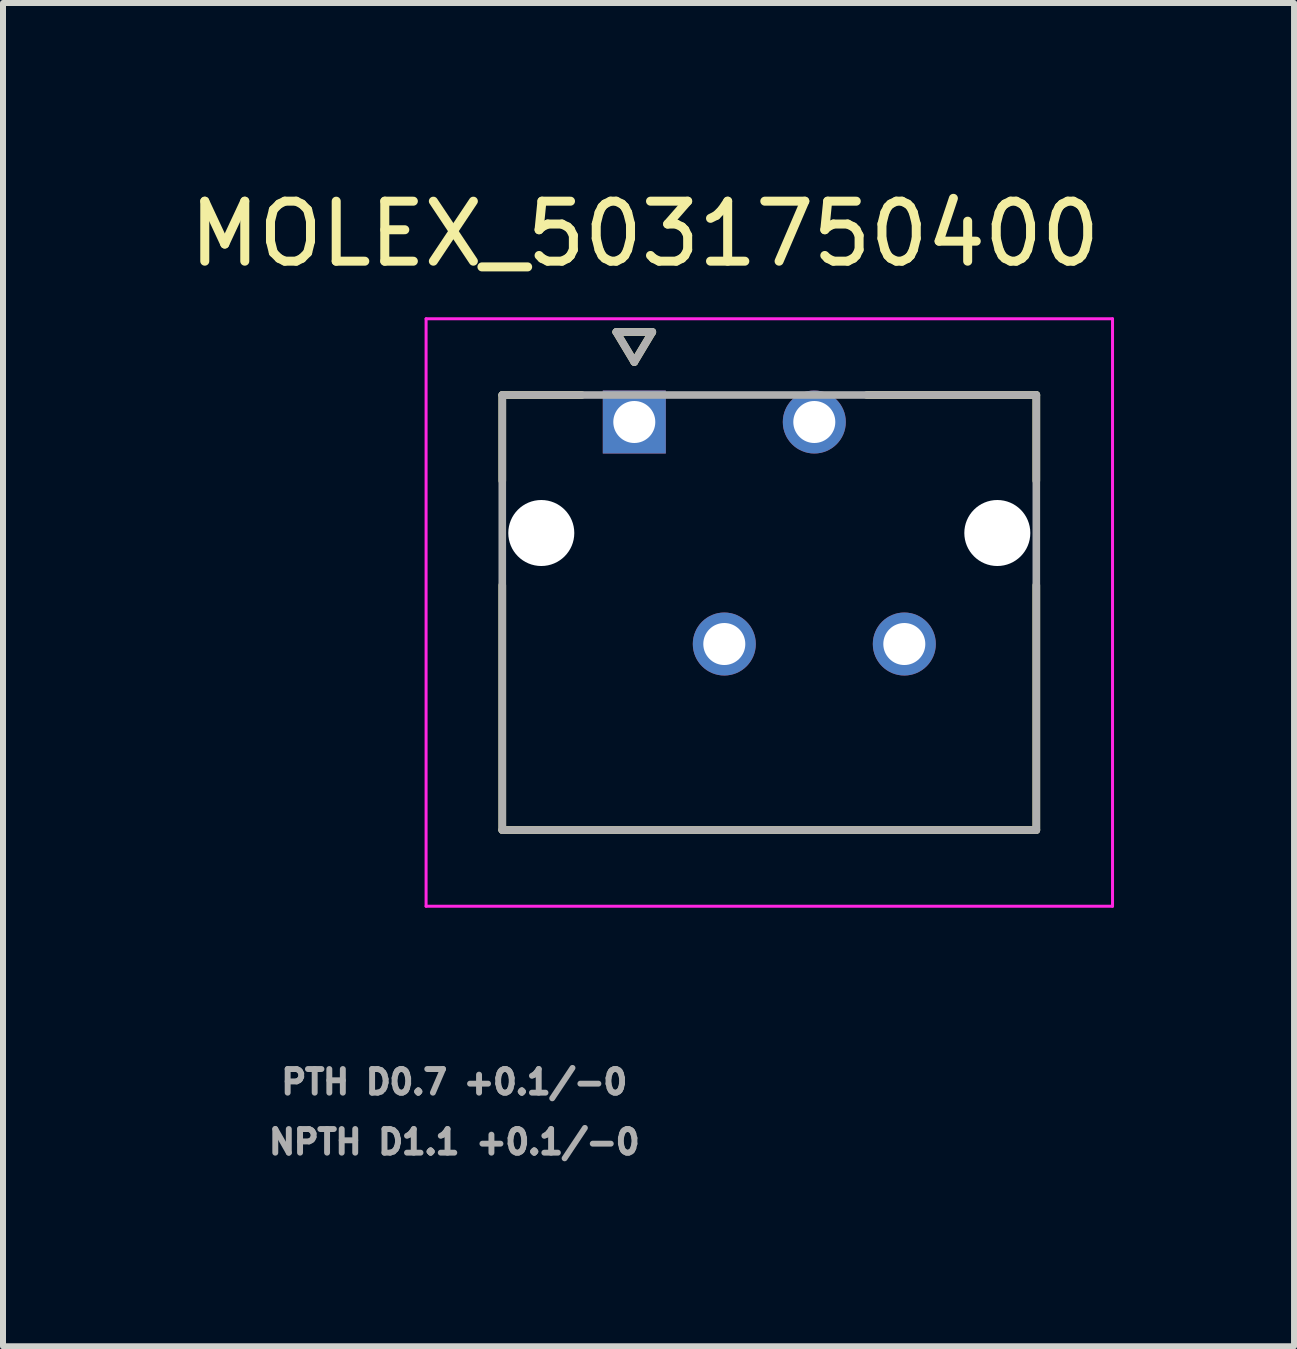
<source format=kicad_pcb>
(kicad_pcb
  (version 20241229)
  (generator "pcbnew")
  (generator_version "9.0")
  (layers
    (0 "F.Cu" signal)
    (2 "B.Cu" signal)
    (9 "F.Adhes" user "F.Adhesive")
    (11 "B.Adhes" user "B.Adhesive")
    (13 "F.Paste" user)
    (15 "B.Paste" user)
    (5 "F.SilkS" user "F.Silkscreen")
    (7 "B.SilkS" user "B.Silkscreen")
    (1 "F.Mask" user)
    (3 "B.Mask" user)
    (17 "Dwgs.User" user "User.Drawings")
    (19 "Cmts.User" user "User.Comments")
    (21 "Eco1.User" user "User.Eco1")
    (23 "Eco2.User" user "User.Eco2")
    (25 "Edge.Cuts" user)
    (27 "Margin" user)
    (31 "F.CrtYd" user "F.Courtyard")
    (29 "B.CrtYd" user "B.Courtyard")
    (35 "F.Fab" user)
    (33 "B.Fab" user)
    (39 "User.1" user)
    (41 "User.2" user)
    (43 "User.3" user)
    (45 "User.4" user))
  (footprint "MOLEX_5031750400"
    (layer "F.Cu")
    (at 7.521 3.983)
    (property "Reference" "MOLEX_5031750400" (at 0.175 -3.135 0) (layer "F.SilkS") (effects (font (size 1 1) (thickness 0.15))))
    (attr through_hole)
    (fp_circle (center -1.55 1.85) (end -1.237 1.85) (stroke (width 0.626) (type solid)) (fill no) (layer "F.Mask"))
    (fp_circle (center 1.5 3.7) (end 1.801 3.7) (stroke (width 0.601) (type solid)) (fill no) (layer "F.Mask"))
    (fp_circle (center 3 0) (end 3.301 0) (stroke (width 0.601) (type solid)) (fill no) (layer "F.Mask"))
    (fp_circle (center 4.5 3.7) (end 4.801 3.7) (stroke (width 0.601) (type solid)) (fill no) (layer "F.Mask"))
    (fp_circle (center 6.05 1.85) (end 6.363 1.85) (stroke (width 0.626) (type solid)) (fill no) (layer "F.Mask"))
    (fp_poly (pts (xy -0.601 -0.601) (xy 0.601 -0.601) (xy 0.601 0.601) (xy -0.601 0.601)) (stroke (width 0.01) (type solid)) (fill yes) (layer "F.Mask"))
    (fp_circle (center -1.55 1.85) (end -1.237 1.85) (stroke (width 0.626) (type solid)) (fill no) (layer "B.Mask"))
    (fp_circle (center 1.5 3.7) (end 1.801 3.7) (stroke (width 0.601) (type solid)) (fill no) (layer "B.Mask"))
    (fp_circle (center 3 0) (end 3.301 0) (stroke (width 0.601) (type solid)) (fill no) (layer "B.Mask"))
    (fp_circle (center 4.5 3.7) (end 4.801 3.7) (stroke (width 0.601) (type solid)) (fill no) (layer "B.Mask"))
    (fp_circle (center 6.05 1.85) (end 6.363 1.85) (stroke (width 0.626) (type solid)) (fill no) (layer "B.Mask"))
    (fp_poly (pts (xy -0.601 -0.601) (xy 0.601 -0.601) (xy 0.601 0.601) (xy -0.601 0.601)) (stroke (width 0.01) (type solid)) (fill yes) (layer "B.Mask"))
    (fp_line (start -2.2 -0.45) (end -0.875 -0.45) (stroke (width 0.127) (type solid)) (layer "F.SilkS"))
    (fp_line (start -2.2 0.98) (end -2.2 -0.45) (stroke (width 0.127) (type solid)) (layer "F.SilkS"))
    (fp_line (start -2.2 6.8) (end -2.2 2.72) (stroke (width 0.127) (type solid)) (layer "F.SilkS"))
    (fp_line (start -0.3 -1.5) (end 0 -1) (stroke (width 0.127) (type solid)) (layer "F.SilkS"))
    (fp_line (start 0 -1) (end 0.3 -1.5) (stroke (width 0.127) (type solid)) (layer "F.SilkS"))
    (fp_line (start 0.3 -1.5) (end -0.3 -1.5) (stroke (width 0.127) (type solid)) (layer "F.SilkS"))
    (fp_line (start 6.7 -0.45) (end 3.875 -0.45) (stroke (width 0.127) (type solid)) (layer "F.SilkS"))
    (fp_line (start 6.7 -0.45) (end 6.7 0.98) (stroke (width 0.127) (type solid)) (layer "F.SilkS"))
    (fp_line (start 6.7 2.72) (end 6.7 6.8) (stroke (width 0.127) (type solid)) (layer "F.SilkS"))
    (fp_line (start 6.7 6.8) (end -2.2 6.8) (stroke (width 0.127) (type solid)) (layer "F.SilkS"))
    (fp_line (start -3.47 -1.72) (end 7.97 -1.72) (stroke (width 0.05) (type solid)) (layer "F.CrtYd"))
    (fp_line (start -3.47 8.07) (end -3.47 -1.72) (stroke (width 0.05) (type solid)) (layer "F.CrtYd"))
    (fp_line (start 7.97 -1.72) (end 7.97 8.07) (stroke (width 0.05) (type solid)) (layer "F.CrtYd"))
    (fp_line (start 7.97 8.07) (end -3.47 8.07) (stroke (width 0.05) (type solid)) (layer "F.CrtYd"))
    (fp_line (start -2.2 -0.45) (end 6.7 -0.45) (stroke (width 0.127) (type solid)) (layer "F.Fab"))
    (fp_line (start -2.2 6.8) (end -2.2 -0.45) (stroke (width 0.127) (type solid)) (layer "F.Fab"))
    (fp_line (start -0.3 -1.5) (end 0.3 -1.5) (stroke (width 0.127) (type solid)) (layer "F.Fab"))
    (fp_line (start 0 -1) (end -0.3 -1.5) (stroke (width 0.127) (type solid)) (layer "F.Fab"))
    (fp_line (start 0.3 -1.5) (end 0 -1) (stroke (width 0.127) (type solid)) (layer "F.Fab"))
    (fp_line (start 6.7 -0.45) (end 6.7 6.8) (stroke (width 0.127) (type solid)) (layer "F.Fab"))
    (fp_line (start 6.7 6.8) (end -2.2 6.8) (stroke (width 0.127) (type solid)) (layer "F.Fab"))
    (fp_text user "NPTH D1.1 +0.1/-0" (at -3 12 0) (layer "F.Fab") (effects (font (size 0.394 0.394) (thickness 0.15))))
    (fp_text user "PTH D0.7 +0.1/-0" (at -3 11 0) (layer "F.Fab") (effects (font (size 0.394 0.394) (thickness 0.15))))
    (pad "" np_thru_hole circle (at -1.55 1.85) (size 1.1 1.1) (drill 1.1) (layers "*.Cu" "*.Mask"))
    (pad "" np_thru_hole circle (at 6.05 1.85) (size 1.1 1.1) (drill 1.1) (layers "*.Cu" "*.Mask"))
    (pad "1" thru_hole rect (at 0 0) (size 1.05 1.05) (drill 0.7) (layers "*.Cu"))
    (pad "2" thru_hole circle (at 1.5 3.7) (size 1.05 1.05) (drill 0.7) (layers "*.Cu"))
    (pad "3" thru_hole circle (at 3 0) (size 1.05 1.05) (drill 0.7) (layers "*.Cu"))
    (pad "4" thru_hole circle (at 4.5 3.7) (size 1.05 1.05) (drill 0.7) (layers "*.Cu")))
  (gr_rect
    (start -3 -3)
    (end 18.516 19.386)
    (stroke (width 0.1) (type default))
    (fill no)
    (layer "Edge.Cuts")))
</source>
